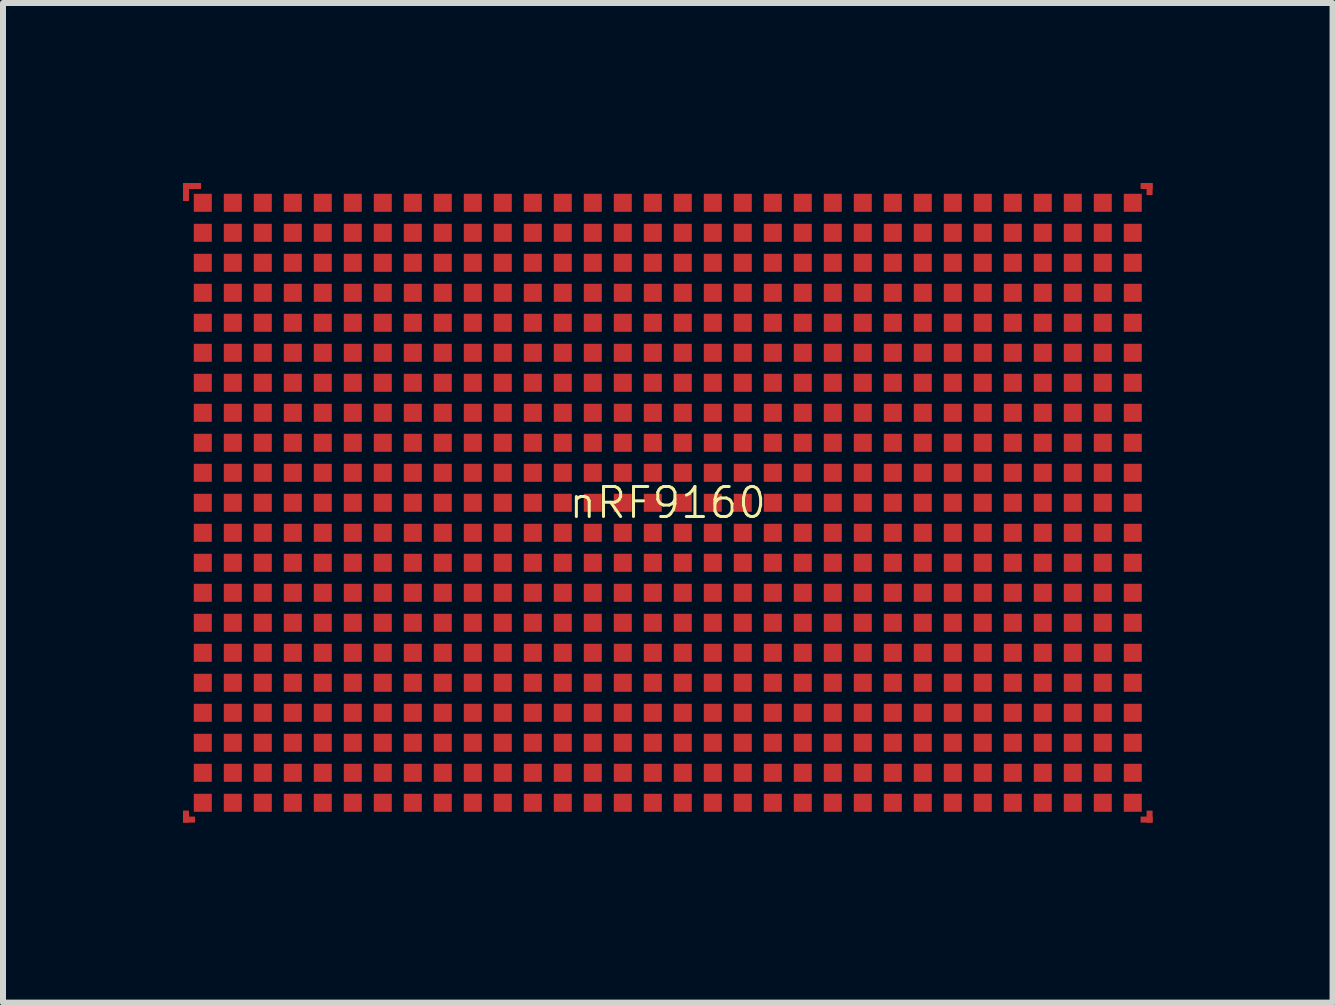
<source format=kicad_pcb>
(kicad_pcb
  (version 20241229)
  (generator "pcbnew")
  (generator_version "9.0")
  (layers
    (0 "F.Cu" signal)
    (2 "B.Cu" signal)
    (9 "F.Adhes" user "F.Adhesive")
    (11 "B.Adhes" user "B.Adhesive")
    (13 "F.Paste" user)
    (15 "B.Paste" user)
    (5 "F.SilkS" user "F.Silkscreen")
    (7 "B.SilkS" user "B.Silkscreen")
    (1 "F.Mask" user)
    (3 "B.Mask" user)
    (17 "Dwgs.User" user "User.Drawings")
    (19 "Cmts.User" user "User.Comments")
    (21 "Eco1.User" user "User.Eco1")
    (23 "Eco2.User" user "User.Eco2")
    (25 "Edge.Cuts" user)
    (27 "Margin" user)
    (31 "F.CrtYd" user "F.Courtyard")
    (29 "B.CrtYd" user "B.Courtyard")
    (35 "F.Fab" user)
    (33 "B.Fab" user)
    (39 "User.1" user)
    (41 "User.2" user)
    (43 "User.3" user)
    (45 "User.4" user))
  (footprint "nRF9160"
    (layer "F.Cu")
    (at 8.08 5.33)
    (property "Reference" "nRF9160" (at 0 0 0) (layer "F.SilkS") (effects (font (size 0.5 0.5) (thickness 0.05))))
    (attr through_hole)
    (pad "1" smd rect (at -7.75 -5) (size 0.3 0.3) (layers "F.Cu" "F.Mask" "F.Paste"))
    (pad "2" smd rect (at -7.75 -4.5) (size 0.3 0.3) (layers "F.Cu" "F.Mask" "F.Paste"))
    (pad "3" smd rect (at -7.75 -4) (size 0.3 0.3) (layers "F.Cu" "F.Mask" "F.Paste"))
    (pad "4" smd rect (at -7.75 -3.5) (size 0.3 0.3) (layers "F.Cu" "F.Mask" "F.Paste"))
    (pad "5" smd rect (at -7.75 -3) (size 0.3 0.3) (layers "F.Cu" "F.Mask" "F.Paste"))
    (pad "6" smd rect (at -7.75 -2.5) (size 0.3 0.3) (layers "F.Cu" "F.Mask" "F.Paste"))
    (pad "7" smd rect (at -7.75 -2) (size 0.3 0.3) (layers "F.Cu" "F.Mask" "F.Paste"))
    (pad "8" smd rect (at -7.75 -1.5) (size 0.3 0.3) (layers "F.Cu" "F.Mask" "F.Paste"))
    (pad "9" smd rect (at -7.75 -1) (size 0.3 0.3) (layers "F.Cu" "F.Mask" "F.Paste"))
    (pad "10" smd rect (at -7.75 -0.5) (size 0.3 0.3) (layers "F.Cu" "F.Mask" "F.Paste"))
    (pad "11" smd rect (at -7.75 0) (size 0.3 0.3) (layers "F.Cu" "F.Mask" "F.Paste"))
    (pad "12" smd rect (at -7.75 0.5) (size 0.3 0.3) (layers "F.Cu" "F.Mask" "F.Paste"))
    (pad "13" smd rect (at -7.75 1) (size 0.3 0.3) (layers "F.Cu" "F.Mask" "F.Paste"))
    (pad "14" smd rect (at -7.75 1.5) (size 0.3 0.3) (layers "F.Cu" "F.Mask" "F.Paste"))
    (pad "15" smd rect (at -7.75 2) (size 0.3 0.3) (layers "F.Cu" "F.Mask" "F.Paste"))
    (pad "16" smd rect (at -7.75 2.5) (size 0.3 0.3) (layers "F.Cu" "F.Mask" "F.Paste"))
    (pad "17" smd rect (at -7.75 3) (size 0.3 0.3) (layers "F.Cu" "F.Mask" "F.Paste"))
    (pad "18" smd rect (at -7.75 3.5) (size 0.3 0.3) (layers "F.Cu" "F.Mask" "F.Paste"))
    (pad "19" smd rect (at -7.75 4) (size 0.3 0.3) (layers "F.Cu" "F.Mask" "F.Paste"))
    (pad "20" smd rect (at -7.75 4.5) (size 0.3 0.3) (layers "F.Cu" "F.Mask" "F.Paste"))
    (pad "21" smd rect (at -7.75 5) (size 0.3 0.3) (layers "F.Cu" "F.Mask" "F.Paste"))
    (pad "22" smd rect (at -7.25 5) (size 0.3 0.3) (layers "F.Cu" "F.Mask" "F.Paste"))
    (pad "23" smd rect (at -6.75 5) (size 0.3 0.3) (layers "F.Cu" "F.Mask" "F.Paste"))
    (pad "24" smd rect (at -6.25 5) (size 0.3 0.3) (layers "F.Cu" "F.Mask" "F.Paste"))
    (pad "25" smd rect (at -5.75 5) (size 0.3 0.3) (layers "F.Cu" "F.Mask" "F.Paste"))
    (pad "26" smd rect (at -5.25 5) (size 0.3 0.3) (layers "F.Cu" "F.Mask" "F.Paste"))
    (pad "27" smd rect (at -4.75 5) (size 0.3 0.3) (layers "F.Cu" "F.Mask" "F.Paste"))
    (pad "28" smd rect (at -4.25 5) (size 0.3 0.3) (layers "F.Cu" "F.Mask" "F.Paste"))
    (pad "29" smd rect (at -3.75 5) (size 0.3 0.3) (layers "F.Cu" "F.Mask" "F.Paste"))
    (pad "30" smd rect (at -3.25 5) (size 0.3 0.3) (layers "F.Cu" "F.Mask" "F.Paste"))
    (pad "31" smd rect (at -2.75 5) (size 0.3 0.3) (layers "F.Cu" "F.Mask" "F.Paste"))
    (pad "32" smd rect (at -2.25 5) (size 0.3 0.3) (layers "F.Cu" "F.Mask" "F.Paste"))
    (pad "33" smd rect (at -1.75 5) (size 0.3 0.3) (layers "F.Cu" "F.Mask" "F.Paste"))
    (pad "34" smd rect (at -1.25 5) (size 0.3 0.3) (layers "F.Cu" "F.Mask" "F.Paste"))
    (pad "35" smd rect (at -0.75 5) (size 0.3 0.3) (layers "F.Cu" "F.Mask" "F.Paste"))
    (pad "36" smd rect (at -0.25 5) (size 0.3 0.3) (layers "F.Cu" "F.Mask" "F.Paste"))
    (pad "37" smd rect (at 0.25 5) (size 0.3 0.3) (layers "F.Cu" "F.Mask" "F.Paste"))
    (pad "38" smd rect (at 0.75 5) (size 0.3 0.3) (layers "F.Cu" "F.Mask" "F.Paste"))
    (pad "39" smd rect (at 1.25 5) (size 0.3 0.3) (layers "F.Cu" "F.Mask" "F.Paste"))
    (pad "40" smd rect (at 1.75 5) (size 0.3 0.3) (layers "F.Cu" "F.Mask" "F.Paste"))
    (pad "41" smd rect (at 2.25 5) (size 0.3 0.3) (layers "F.Cu" "F.Mask" "F.Paste"))
    (pad "42" smd rect (at 2.75 5) (size 0.3 0.3) (layers "F.Cu" "F.Mask" "F.Paste"))
    (pad "43" smd rect (at 3.25 5) (size 0.3 0.3) (layers "F.Cu" "F.Mask" "F.Paste"))
    (pad "44" smd rect (at 3.75 5) (size 0.3 0.3) (layers "F.Cu" "F.Mask" "F.Paste"))
    (pad "45" smd rect (at 4.25 5) (size 0.3 0.3) (layers "F.Cu" "F.Mask" "F.Paste"))
    (pad "46" smd rect (at 4.75 5) (size 0.3 0.3) (layers "F.Cu" "F.Mask" "F.Paste"))
    (pad "47" smd rect (at 5.25 5) (size 0.3 0.3) (layers "F.Cu" "F.Mask" "F.Paste"))
    (pad "48" smd rect (at 5.75 5) (size 0.3 0.3) (layers "F.Cu" "F.Mask" "F.Paste"))
    (pad "49" smd rect (at 6.25 5) (size 0.3 0.3) (layers "F.Cu" "F.Mask" "F.Paste"))
    (pad "50" smd rect (at 6.75 5) (size 0.3 0.3) (layers "F.Cu" "F.Mask" "F.Paste"))
    (pad "51" smd rect (at 7.25 5) (size 0.3 0.3) (layers "F.Cu" "F.Mask" "F.Paste"))
    (pad "52" smd rect (at 7.75 5) (size 0.3 0.3) (layers "F.Cu" "F.Mask" "F.Paste"))
    (pad "53" smd rect (at 7.75 4.5) (size 0.3 0.3) (layers "F.Cu" "F.Mask" "F.Paste"))
    (pad "54" smd rect (at 7.75 4) (size 0.3 0.3) (layers "F.Cu" "F.Mask" "F.Paste"))
    (pad "55" smd rect (at 7.75 3.5) (size 0.3 0.3) (layers "F.Cu" "F.Mask" "F.Paste"))
    (pad "56" smd rect (at 7.75 3) (size 0.3 0.3) (layers "F.Cu" "F.Mask" "F.Paste"))
    (pad "57" smd rect (at 7.75 2.5) (size 0.3 0.3) (layers "F.Cu" "F.Mask" "F.Paste"))
    (pad "58" smd rect (at 7.75 2) (size 0.3 0.3) (layers "F.Cu" "F.Mask" "F.Paste"))
    (pad "59" smd rect (at 7.75 1.5) (size 0.3 0.3) (layers "F.Cu" "F.Mask" "F.Paste"))
    (pad "60" smd rect (at 7.75 1) (size 0.3 0.3) (layers "F.Cu" "F.Mask" "F.Paste"))
    (pad "61" smd rect (at 7.75 0.5) (size 0.3 0.3) (layers "F.Cu" "F.Mask" "F.Paste"))
    (pad "62" smd rect (at 7.75 0) (size 0.3 0.3) (layers "F.Cu" "F.Mask" "F.Paste"))
    (pad "63" smd rect (at 7.75 -0.5) (size 0.3 0.3) (layers "F.Cu" "F.Mask" "F.Paste"))
    (pad "64" smd rect (at 7.75 -1) (size 0.3 0.3) (layers "F.Cu" "F.Mask" "F.Paste"))
    (pad "65" smd rect (at 7.75 -1.5) (size 0.3 0.3) (layers "F.Cu" "F.Mask" "F.Paste"))
    (pad "66" smd rect (at 7.75 -2) (size 0.3 0.3) (layers "F.Cu" "F.Mask" "F.Paste"))
    (pad "67" smd rect (at 7.75 -2.5) (size 0.3 0.3) (layers "F.Cu" "F.Mask" "F.Paste"))
    (pad "68" smd rect (at 7.75 -3) (size 0.3 0.3) (layers "F.Cu" "F.Mask" "F.Paste"))
    (pad "69" smd rect (at 7.75 -3.5) (size 0.3 0.3) (layers "F.Cu" "F.Mask" "F.Paste"))
    (pad "70" smd rect (at 7.75 -4) (size 0.3 0.3) (layers "F.Cu" "F.Mask" "F.Paste"))
    (pad "71" smd rect (at 7.75 -4.5) (size 0.3 0.3) (layers "F.Cu" "F.Mask" "F.Paste"))
    (pad "72" smd rect (at 7.75 -5) (size 0.3 0.3) (layers "F.Cu" "F.Mask" "F.Paste"))
    (pad "73" smd rect (at 7.25 -5) (size 0.3 0.3) (layers "F.Cu" "F.Mask" "F.Paste"))
    (pad "74" smd rect (at 6.75 -5) (size 0.3 0.3) (layers "F.Cu" "F.Mask" "F.Paste"))
    (pad "75" smd rect (at 6.25 -5) (size 0.3 0.3) (layers "F.Cu" "F.Mask" "F.Paste"))
    (pad "76" smd rect (at 5.75 -5) (size 0.3 0.3) (layers "F.Cu" "F.Mask" "F.Paste"))
    (pad "77" smd rect (at 5.25 -5) (size 0.3 0.3) (layers "F.Cu" "F.Mask" "F.Paste"))
    (pad "78" smd rect (at 4.75 -5) (size 0.3 0.3) (layers "F.Cu" "F.Mask" "F.Paste"))
    (pad "79" smd rect (at 4.25 -5) (size 0.3 0.3) (layers "F.Cu" "F.Mask" "F.Paste"))
    (pad "80" smd rect (at 3.75 -5) (size 0.3 0.3) (layers "F.Cu" "F.Mask" "F.Paste"))
    (pad "81" smd rect (at 3.25 -5) (size 0.3 0.3) (layers "F.Cu" "F.Mask" "F.Paste"))
    (pad "82" smd rect (at 2.75 -5) (size 0.3 0.3) (layers "F.Cu" "F.Mask" "F.Paste"))
    (pad "83" smd rect (at 2.25 -5) (size 0.3 0.3) (layers "F.Cu" "F.Mask" "F.Paste"))
    (pad "84" smd rect (at 1.75 -5) (size 0.3 0.3) (layers "F.Cu" "F.Mask" "F.Paste"))
    (pad "85" smd rect (at 1.25 -5) (size 0.3 0.3) (layers "F.Cu" "F.Mask" "F.Paste"))
    (pad "86" smd rect (at 0.75 -5) (size 0.3 0.3) (layers "F.Cu" "F.Mask" "F.Paste"))
    (pad "87" smd rect (at 0.25 -5) (size 0.3 0.3) (layers "F.Cu" "F.Mask" "F.Paste"))
    (pad "88" smd rect (at -0.25 -5) (size 0.3 0.3) (layers "F.Cu" "F.Mask" "F.Paste"))
    (pad "89" smd rect (at -0.75 -5) (size 0.3 0.3) (layers "F.Cu" "F.Mask" "F.Paste"))
    (pad "90" smd rect (at -1.25 -5) (size 0.3 0.3) (layers "F.Cu" "F.Mask" "F.Paste"))
    (pad "91" smd rect (at -1.75 -5) (size 0.3 0.3) (layers "F.Cu" "F.Mask" "F.Paste"))
    (pad "92" smd rect (at -2.25 -5) (size 0.3 0.3) (layers "F.Cu" "F.Mask" "F.Paste"))
    (pad "93" smd rect (at -2.75 -5) (size 0.3 0.3) (layers "F.Cu" "F.Mask" "F.Paste"))
    (pad "94" smd rect (at -3.25 -5) (size 0.3 0.3) (layers "F.Cu" "F.Mask" "F.Paste"))
    (pad "95" smd rect (at -3.75 -5) (size 0.3 0.3) (layers "F.Cu" "F.Mask" "F.Paste"))
    (pad "96" smd rect (at -4.25 -5) (size 0.3 0.3) (layers "F.Cu" "F.Mask" "F.Paste"))
    (pad "97" smd rect (at -4.75 -5) (size 0.3 0.3) (layers "F.Cu" "F.Mask" "F.Paste"))
    (pad "98" smd rect (at -5.25 -5) (size 0.3 0.3) (layers "F.Cu" "F.Mask" "F.Paste"))
    (pad "99" smd rect (at -5.75 -5) (size 0.3 0.3) (layers "F.Cu" "F.Mask" "F.Paste"))
    (pad "100" smd rect (at -6.25 -5) (size 0.3 0.3) (layers "F.Cu" "F.Mask" "F.Paste"))
    (pad "101" smd rect (at -6.75 -5) (size 0.3 0.3) (layers "F.Cu" "F.Mask" "F.Paste"))
    (pad "102" smd rect (at -7.25 -5) (size 0.3 0.3) (layers "F.Cu" "F.Mask" "F.Paste"))
    (pad "103" smd rect (at -7.25 -4.5) (size 0.3 0.3) (layers "F.Cu" "F.Mask" "F.Paste"))
    (pad "103" smd rect (at -7.25 -4) (size 0.3 0.3) (layers "F.Cu" "F.Mask" "F.Paste"))
    (pad "103" smd rect (at -7.25 -3.5) (size 0.3 0.3) (layers "F.Cu" "F.Mask" "F.Paste"))
    (pad "103" smd rect (at -7.25 -3) (size 0.3 0.3) (layers "F.Cu" "F.Mask" "F.Paste"))
    (pad "103" smd rect (at -7.25 -2.5) (size 0.3 0.3) (layers "F.Cu" "F.Mask" "F.Paste"))
    (pad "103" smd rect (at -7.25 -2) (size 0.3 0.3) (layers "F.Cu" "F.Mask" "F.Paste"))
    (pad "103" smd rect (at -7.25 -1.5) (size 0.3 0.3) (layers "F.Cu" "F.Mask" "F.Paste"))
    (pad "103" smd rect (at -7.25 -1) (size 0.3 0.3) (layers "F.Cu" "F.Mask" "F.Paste"))
    (pad "103" smd rect (at -7.25 -0.5) (size 0.3 0.3) (layers "F.Cu" "F.Mask" "F.Paste"))
    (pad "103" smd rect (at -7.25 0) (size 0.3 0.3) (layers "F.Cu" "F.Mask" "F.Paste"))
    (pad "103" smd rect (at -7.25 0.5) (size 0.3 0.3) (layers "F.Cu" "F.Mask" "F.Paste"))
    (pad "103" smd rect (at -7.25 1) (size 0.3 0.3) (layers "F.Cu" "F.Mask" "F.Paste"))
    (pad "103" smd rect (at -7.25 1.5) (size 0.3 0.3) (layers "F.Cu" "F.Mask" "F.Paste"))
    (pad "103" smd rect (at -7.25 2) (size 0.3 0.3) (layers "F.Cu" "F.Mask" "F.Paste"))
    (pad "103" smd rect (at -7.25 2.5) (size 0.3 0.3) (layers "F.Cu" "F.Mask" "F.Paste"))
    (pad "103" smd rect (at -7.25 3) (size 0.3 0.3) (layers "F.Cu" "F.Mask" "F.Paste"))
    (pad "103" smd rect (at -7.25 3.5) (size 0.3 0.3) (layers "F.Cu" "F.Mask" "F.Paste"))
    (pad "103" smd rect (at -7.25 4) (size 0.3 0.3) (layers "F.Cu" "F.Mask" "F.Paste"))
    (pad "103" smd rect (at -7.25 4.5) (size 0.3 0.3) (layers "F.Cu" "F.Mask" "F.Paste"))
    (pad "103" smd rect (at -6.75 -4.5) (size 0.3 0.3) (layers "F.Cu" "F.Mask" "F.Paste"))
    (pad "103" smd rect (at -6.75 -4) (size 0.3 0.3) (layers "F.Cu" "F.Mask" "F.Paste"))
    (pad "103" smd rect (at -6.75 -3.5) (size 0.3 0.3) (layers "F.Cu" "F.Mask" "F.Paste"))
    (pad "103" smd rect (at -6.75 -3) (size 0.3 0.3) (layers "F.Cu" "F.Mask" "F.Paste"))
    (pad "103" smd rect (at -6.75 -2.5) (size 0.3 0.3) (layers "F.Cu" "F.Mask" "F.Paste"))
    (pad "103" smd rect (at -6.75 -2) (size 0.3 0.3) (layers "F.Cu" "F.Mask" "F.Paste"))
    (pad "103" smd rect (at -6.75 -1.5) (size 0.3 0.3) (layers "F.Cu" "F.Mask" "F.Paste"))
    (pad "103" smd rect (at -6.75 -1) (size 0.3 0.3) (layers "F.Cu" "F.Mask" "F.Paste"))
    (pad "103" smd rect (at -6.75 -0.5) (size 0.3 0.3) (layers "F.Cu" "F.Mask" "F.Paste"))
    (pad "103" smd rect (at -6.75 0) (size 0.3 0.3) (layers "F.Cu" "F.Mask" "F.Paste"))
    (pad "103" smd rect (at -6.75 0.5) (size 0.3 0.3) (layers "F.Cu" "F.Mask" "F.Paste"))
    (pad "103" smd rect (at -6.75 1) (size 0.3 0.3) (layers "F.Cu" "F.Mask" "F.Paste"))
    (pad "103" smd rect (at -6.75 1.5) (size 0.3 0.3) (layers "F.Cu" "F.Mask" "F.Paste"))
    (pad "103" smd rect (at -6.75 2) (size 0.3 0.3) (layers "F.Cu" "F.Mask" "F.Paste"))
    (pad "103" smd rect (at -6.75 2.5) (size 0.3 0.3) (layers "F.Cu" "F.Mask" "F.Paste"))
    (pad "103" smd rect (at -6.75 3) (size 0.3 0.3) (layers "F.Cu" "F.Mask" "F.Paste"))
    (pad "103" smd rect (at -6.75 3.5) (size 0.3 0.3) (layers "F.Cu" "F.Mask" "F.Paste"))
    (pad "103" smd rect (at -6.75 4) (size 0.3 0.3) (layers "F.Cu" "F.Mask" "F.Paste"))
    (pad "103" smd rect (at -6.75 4.5) (size 0.3 0.3) (layers "F.Cu" "F.Mask" "F.Paste"))
    (pad "103" smd rect (at -6.25 -4.5) (size 0.3 0.3) (layers "F.Cu" "F.Mask" "F.Paste"))
    (pad "103" smd rect (at -6.25 -4) (size 0.3 0.3) (layers "F.Cu" "F.Mask" "F.Paste"))
    (pad "103" smd rect (at -6.25 -3.5) (size 0.3 0.3) (layers "F.Cu" "F.Mask" "F.Paste"))
    (pad "103" smd rect (at -6.25 -3) (size 0.3 0.3) (layers "F.Cu" "F.Mask" "F.Paste"))
    (pad "103" smd rect (at -6.25 -2.5) (size 0.3 0.3) (layers "F.Cu" "F.Mask" "F.Paste"))
    (pad "103" smd rect (at -6.25 -2) (size 0.3 0.3) (layers "F.Cu" "F.Mask" "F.Paste"))
    (pad "103" smd rect (at -6.25 -1.5) (size 0.3 0.3) (layers "F.Cu" "F.Mask" "F.Paste"))
    (pad "103" smd rect (at -6.25 -1) (size 0.3 0.3) (layers "F.Cu" "F.Mask" "F.Paste"))
    (pad "103" smd rect (at -6.25 -0.5) (size 0.3 0.3) (layers "F.Cu" "F.Mask" "F.Paste"))
    (pad "103" smd rect (at -6.25 0) (size 0.3 0.3) (layers "F.Cu" "F.Mask" "F.Paste"))
    (pad "103" smd rect (at -6.25 0.5) (size 0.3 0.3) (layers "F.Cu" "F.Mask" "F.Paste"))
    (pad "103" smd rect (at -6.25 1) (size 0.3 0.3) (layers "F.Cu" "F.Mask" "F.Paste"))
    (pad "103" smd rect (at -6.25 1.5) (size 0.3 0.3) (layers "F.Cu" "F.Mask" "F.Paste"))
    (pad "103" smd rect (at -6.25 2) (size 0.3 0.3) (layers "F.Cu" "F.Mask" "F.Paste"))
    (pad "103" smd rect (at -6.25 2.5) (size 0.3 0.3) (layers "F.Cu" "F.Mask" "F.Paste"))
    (pad "103" smd rect (at -6.25 3) (size 0.3 0.3) (layers "F.Cu" "F.Mask" "F.Paste"))
    (pad "103" smd rect (at -6.25 3.5) (size 0.3 0.3) (layers "F.Cu" "F.Mask" "F.Paste"))
    (pad "103" smd rect (at -6.25 4) (size 0.3 0.3) (layers "F.Cu" "F.Mask" "F.Paste"))
    (pad "103" smd rect (at -6.25 4.5) (size 0.3 0.3) (layers "F.Cu" "F.Mask" "F.Paste"))
    (pad "103" smd rect (at -5.75 -4) (size 0.3 0.3) (layers "F.Cu" "F.Mask" "F.Paste"))
    (pad "103" smd rect (at -5.75 -3.5) (size 0.3 0.3) (layers "F.Cu" "F.Mask" "F.Paste"))
    (pad "103" smd rect (at -5.75 -3) (size 0.3 0.3) (layers "F.Cu" "F.Mask" "F.Paste"))
    (pad "103" smd rect (at -5.75 -2.5) (size 0.3 0.3) (layers "F.Cu" "F.Mask" "F.Paste"))
    (pad "103" smd rect (at -5.75 -2) (size 0.3 0.3) (layers "F.Cu" "F.Mask" "F.Paste"))
    (pad "103" smd rect (at -5.75 -1.5) (size 0.3 0.3) (layers "F.Cu" "F.Mask" "F.Paste"))
    (pad "103" smd rect (at -5.75 -1) (size 0.3 0.3) (layers "F.Cu" "F.Mask" "F.Paste"))
    (pad "103" smd rect (at -5.75 -0.5) (size 0.3 0.3) (layers "F.Cu" "F.Mask" "F.Paste"))
    (pad "103" smd rect (at -5.75 0) (size 0.3 0.3) (layers "F.Cu" "F.Mask" "F.Paste"))
    (pad "103" smd rect (at -5.75 0.5) (size 0.3 0.3) (layers "F.Cu" "F.Mask" "F.Paste"))
    (pad "103" smd rect (at -5.75 1) (size 0.3 0.3) (layers "F.Cu" "F.Mask" "F.Paste"))
    (pad "103" smd rect (at -5.75 1.5) (size 0.3 0.3) (layers "F.Cu" "F.Mask" "F.Paste"))
    (pad "103" smd rect (at -5.75 2) (size 0.3 0.3) (layers "F.Cu" "F.Mask" "F.Paste"))
    (pad "103" smd rect (at -5.75 2.5) (size 0.3 0.3) (layers "F.Cu" "F.Mask" "F.Paste"))
    (pad "103" smd rect (at -5.75 3) (size 0.3 0.3) (layers "F.Cu" "F.Mask" "F.Paste"))
    (pad "103" smd rect (at -5.75 3.5) (size 0.3 0.3) (layers "F.Cu" "F.Mask" "F.Paste"))
    (pad "103" smd rect (at -5.75 4) (size 0.3 0.3) (layers "F.Cu" "F.Mask" "F.Paste"))
    (pad "103" smd rect (at -5.25 -4) (size 0.3 0.3) (layers "F.Cu" "F.Mask" "F.Paste"))
    (pad "103" smd rect (at -5.25 -3.5) (size 0.3 0.3) (layers "F.Cu" "F.Mask" "F.Paste"))
    (pad "103" smd rect (at -5.25 -3) (size 0.3 0.3) (layers "F.Cu" "F.Mask" "F.Paste"))
    (pad "103" smd rect (at -5.25 -2.5) (size 0.3 0.3) (layers "F.Cu" "F.Mask" "F.Paste"))
    (pad "103" smd rect (at -5.25 -2) (size 0.3 0.3) (layers "F.Cu" "F.Mask" "F.Paste"))
    (pad "103" smd rect (at -5.25 -1.5) (size 0.3 0.3) (layers "F.Cu" "F.Mask" "F.Paste"))
    (pad "103" smd rect (at -5.25 -1) (size 0.3 0.3) (layers "F.Cu" "F.Mask" "F.Paste"))
    (pad "103" smd rect (at -5.25 -0.5) (size 0.3 0.3) (layers "F.Cu" "F.Mask" "F.Paste"))
    (pad "103" smd rect (at -5.25 0) (size 0.3 0.3) (layers "F.Cu" "F.Mask" "F.Paste"))
    (pad "103" smd rect (at -5.25 0.5) (size 0.3 0.3) (layers "F.Cu" "F.Mask" "F.Paste"))
    (pad "103" smd rect (at -5.25 1) (size 0.3 0.3) (layers "F.Cu" "F.Mask" "F.Paste"))
    (pad "103" smd rect (at -5.25 1.5) (size 0.3 0.3) (layers "F.Cu" "F.Mask" "F.Paste"))
    (pad "103" smd rect (at -5.25 2) (size 0.3 0.3) (layers "F.Cu" "F.Mask" "F.Paste"))
    (pad "103" smd rect (at -5.25 2.5) (size 0.3 0.3) (layers "F.Cu" "F.Mask" "F.Paste"))
    (pad "103" smd rect (at -5.25 3) (size 0.3 0.3) (layers "F.Cu" "F.Mask" "F.Paste"))
    (pad "103" smd rect (at -5.25 3.5) (size 0.3 0.3) (layers "F.Cu" "F.Mask" "F.Paste"))
    (pad "103" smd rect (at -5.25 4) (size 0.3 0.3) (layers "F.Cu" "F.Mask" "F.Paste"))
    (pad "103" smd rect (at -4.75 -4) (size 0.3 0.3) (layers "F.Cu" "F.Mask" "F.Paste"))
    (pad "103" smd rect (at -4.75 -3.5) (size 0.3 0.3) (layers "F.Cu" "F.Mask" "F.Paste"))
    (pad "103" smd rect (at -4.75 -3) (size 0.3 0.3) (layers "F.Cu" "F.Mask" "F.Paste"))
    (pad "103" smd rect (at -4.75 -2.5) (size 0.3 0.3) (layers "F.Cu" "F.Mask" "F.Paste"))
    (pad "103" smd rect (at -4.75 -2) (size 0.3 0.3) (layers "F.Cu" "F.Mask" "F.Paste"))
    (pad "103" smd rect (at -4.75 -1.5) (size 0.3 0.3) (layers "F.Cu" "F.Mask" "F.Paste"))
    (pad "103" smd rect (at -4.75 -1) (size 0.3 0.3) (layers "F.Cu" "F.Mask" "F.Paste"))
    (pad "103" smd rect (at -4.75 -0.5) (size 0.3 0.3) (layers "F.Cu" "F.Mask" "F.Paste"))
    (pad "103" smd rect (at -4.75 0) (size 0.3 0.3) (layers "F.Cu" "F.Mask" "F.Paste"))
    (pad "103" smd rect (at -4.75 0.5) (size 0.3 0.3) (layers "F.Cu" "F.Mask" "F.Paste"))
    (pad "103" smd rect (at -4.75 1) (size 0.3 0.3) (layers "F.Cu" "F.Mask" "F.Paste"))
    (pad "103" smd rect (at -4.75 1.5) (size 0.3 0.3) (layers "F.Cu" "F.Mask" "F.Paste"))
    (pad "103" smd rect (at -4.75 2) (size 0.3 0.3) (layers "F.Cu" "F.Mask" "F.Paste"))
    (pad "103" smd rect (at -4.75 2.5) (size 0.3 0.3) (layers "F.Cu" "F.Mask" "F.Paste"))
    (pad "103" smd rect (at -4.75 3) (size 0.3 0.3) (layers "F.Cu" "F.Mask" "F.Paste"))
    (pad "103" smd rect (at -4.75 3.5) (size 0.3 0.3) (layers "F.Cu" "F.Mask" "F.Paste"))
    (pad "103" smd rect (at -4.75 4) (size 0.3 0.3) (layers "F.Cu" "F.Mask" "F.Paste"))
    (pad "103" smd rect (at -4.25 -4) (size 0.3 0.3) (layers "F.Cu" "F.Mask" "F.Paste"))
    (pad "103" smd rect (at -4.25 -3.5) (size 0.3 0.3) (layers "F.Cu" "F.Mask" "F.Paste"))
    (pad "103" smd rect (at -4.25 -3) (size 0.3 0.3) (layers "F.Cu" "F.Mask" "F.Paste"))
    (pad "103" smd rect (at -4.25 -2.5) (size 0.3 0.3) (layers "F.Cu" "F.Mask" "F.Paste"))
    (pad "103" smd rect (at -4.25 -2) (size 0.3 0.3) (layers "F.Cu" "F.Mask" "F.Paste"))
    (pad "103" smd rect (at -4.25 -1.5) (size 0.3 0.3) (layers "F.Cu" "F.Mask" "F.Paste"))
    (pad "103" smd rect (at -4.25 -1) (size 0.3 0.3) (layers "F.Cu" "F.Mask" "F.Paste"))
    (pad "103" smd rect (at -4.25 -0.5) (size 0.3 0.3) (layers "F.Cu" "F.Mask" "F.Paste"))
    (pad "103" smd rect (at -4.25 0) (size 0.3 0.3) (layers "F.Cu" "F.Mask" "F.Paste"))
    (pad "103" smd rect (at -4.25 0.5) (size 0.3 0.3) (layers "F.Cu" "F.Mask" "F.Paste"))
    (pad "103" smd rect (at -4.25 1) (size 0.3 0.3) (layers "F.Cu" "F.Mask" "F.Paste"))
    (pad "103" smd rect (at -4.25 1.5) (size 0.3 0.3) (layers "F.Cu" "F.Mask" "F.Paste"))
    (pad "103" smd rect (at -4.25 2) (size 0.3 0.3) (layers "F.Cu" "F.Mask" "F.Paste"))
    (pad "103" smd rect (at -4.25 2.5) (size 0.3 0.3) (layers "F.Cu" "F.Mask" "F.Paste"))
    (pad "103" smd rect (at -4.25 3) (size 0.3 0.3) (layers "F.Cu" "F.Mask" "F.Paste"))
    (pad "103" smd rect (at -4.25 3.5) (size 0.3 0.3) (layers "F.Cu" "F.Mask" "F.Paste"))
    (pad "103" smd rect (at -4.25 4) (size 0.3 0.3) (layers "F.Cu" "F.Mask" "F.Paste"))
    (pad "103" smd rect (at -3.75 -4.5) (size 0.3 0.3) (layers "F.Cu" "F.Mask" "F.Paste"))
    (pad "103" smd rect (at -3.75 -4) (size 0.3 0.3) (layers "F.Cu" "F.Mask" "F.Paste"))
    (pad "103" smd rect (at -3.75 -3.5) (size 0.3 0.3) (layers "F.Cu" "F.Mask" "F.Paste"))
    (pad "103" smd rect (at -3.75 -3) (size 0.3 0.3) (layers "F.Cu" "F.Mask" "F.Paste"))
    (pad "103" smd rect (at -3.75 -2.5) (size 0.3 0.3) (layers "F.Cu" "F.Mask" "F.Paste"))
    (pad "103" smd rect (at -3.75 -2) (size 0.3 0.3) (layers "F.Cu" "F.Mask" "F.Paste"))
    (pad "103" smd rect (at -3.75 -1.5) (size 0.3 0.3) (layers "F.Cu" "F.Mask" "F.Paste"))
    (pad "103" smd rect (at -3.75 -1) (size 0.3 0.3) (layers "F.Cu" "F.Mask" "F.Paste"))
    (pad "103" smd rect (at -3.75 -0.5) (size 0.3 0.3) (layers "F.Cu" "F.Mask" "F.Paste"))
    (pad "103" smd rect (at -3.75 0) (size 0.3 0.3) (layers "F.Cu" "F.Mask" "F.Paste"))
    (pad "103" smd rect (at -3.75 0.5) (size 0.3 0.3) (layers "F.Cu" "F.Mask" "F.Paste"))
    (pad "103" smd rect (at -3.75 1) (size 0.3 0.3) (layers "F.Cu" "F.Mask" "F.Paste"))
    (pad "103" smd rect (at -3.75 1.5) (size 0.3 0.3) (layers "F.Cu" "F.Mask" "F.Paste"))
    (pad "103" smd rect (at -3.75 2) (size 0.3 0.3) (layers "F.Cu" "F.Mask" "F.Paste"))
    (pad "103" smd rect (at -3.75 2.5) (size 0.3 0.3) (layers "F.Cu" "F.Mask" "F.Paste"))
    (pad "103" smd rect (at -3.75 3) (size 0.3 0.3) (layers "F.Cu" "F.Mask" "F.Paste"))
    (pad "103" smd rect (at -3.75 3.5) (size 0.3 0.3) (layers "F.Cu" "F.Mask" "F.Paste"))
    (pad "103" smd rect (at -3.75 4) (size 0.3 0.3) (layers "F.Cu" "F.Mask" "F.Paste"))
    (pad "103" smd rect (at -3.75 4.5) (size 0.3 0.3) (layers "F.Cu" "F.Mask" "F.Paste"))
    (pad "103" smd rect (at -3.25 -4.5) (size 0.3 0.3) (layers "F.Cu" "F.Mask" "F.Paste"))
    (pad "103" smd rect (at -3.25 -4) (size 0.3 0.3) (layers "F.Cu" "F.Mask" "F.Paste"))
    (pad "103" smd rect (at -3.25 -3.5) (size 0.3 0.3) (layers "F.Cu" "F.Mask" "F.Paste"))
    (pad "103" smd rect (at -3.25 -3) (size 0.3 0.3) (layers "F.Cu" "F.Mask" "F.Paste"))
    (pad "103" smd rect (at -3.25 -2.5) (size 0.3 0.3) (layers "F.Cu" "F.Mask" "F.Paste"))
    (pad "103" smd rect (at -3.25 -2) (size 0.3 0.3) (layers "F.Cu" "F.Mask" "F.Paste"))
    (pad "103" smd rect (at -3.25 -1.5) (size 0.3 0.3) (layers "F.Cu" "F.Mask" "F.Paste"))
    (pad "103" smd rect (at -3.25 -1) (size 0.3 0.3) (layers "F.Cu" "F.Mask" "F.Paste"))
    (pad "103" smd rect (at -3.25 -0.5) (size 0.3 0.3) (layers "F.Cu" "F.Mask" "F.Paste"))
    (pad "103" smd rect (at -3.25 0) (size 0.3 0.3) (layers "F.Cu" "F.Mask" "F.Paste"))
    (pad "103" smd rect (at -3.25 0.5) (size 0.3 0.3) (layers "F.Cu" "F.Mask" "F.Paste"))
    (pad "103" smd rect (at -3.25 1) (size 0.3 0.3) (layers "F.Cu" "F.Mask" "F.Paste"))
    (pad "103" smd rect (at -3.25 1.5) (size 0.3 0.3) (layers "F.Cu" "F.Mask" "F.Paste"))
    (pad "103" smd rect (at -3.25 2) (size 0.3 0.3) (layers "F.Cu" "F.Mask" "F.Paste"))
    (pad "103" smd rect (at -3.25 2.5) (size 0.3 0.3) (layers "F.Cu" "F.Mask" "F.Paste"))
    (pad "103" smd rect (at -3.25 3) (size 0.3 0.3) (layers "F.Cu" "F.Mask" "F.Paste"))
    (pad "103" smd rect (at -3.25 3.5) (size 0.3 0.3) (layers "F.Cu" "F.Mask" "F.Paste"))
    (pad "103" smd rect (at -3.25 4) (size 0.3 0.3) (layers "F.Cu" "F.Mask" "F.Paste"))
    (pad "103" smd rect (at -3.25 4.5) (size 0.3 0.3) (layers "F.Cu" "F.Mask" "F.Paste"))
    (pad "103" smd rect (at -2.75 -4.5) (size 0.3 0.3) (layers "F.Cu" "F.Mask" "F.Paste"))
    (pad "103" smd rect (at -2.75 -4) (size 0.3 0.3) (layers "F.Cu" "F.Mask" "F.Paste"))
    (pad "103" smd rect (at -2.75 -3.5) (size 0.3 0.3) (layers "F.Cu" "F.Mask" "F.Paste"))
    (pad "103" smd rect (at -2.75 -3) (size 0.3 0.3) (layers "F.Cu" "F.Mask" "F.Paste"))
    (pad "103" smd rect (at -2.75 -2.5) (size 0.3 0.3) (layers "F.Cu" "F.Mask" "F.Paste"))
    (pad "103" smd rect (at -2.75 -2) (size 0.3 0.3) (layers "F.Cu" "F.Mask" "F.Paste"))
    (pad "103" smd rect (at -2.75 -1.5) (size 0.3 0.3) (layers "F.Cu" "F.Mask" "F.Paste"))
    (pad "103" smd rect (at -2.75 -1) (size 0.3 0.3) (layers "F.Cu" "F.Mask" "F.Paste"))
    (pad "103" smd rect (at -2.75 -0.5) (size 0.3 0.3) (layers "F.Cu" "F.Mask" "F.Paste"))
    (pad "103" smd rect (at -2.75 0) (size 0.3 0.3) (layers "F.Cu" "F.Mask" "F.Paste"))
    (pad "103" smd rect (at -2.75 0.5) (size 0.3 0.3) (layers "F.Cu" "F.Mask" "F.Paste"))
    (pad "103" smd rect (at -2.75 1) (size 0.3 0.3) (layers "F.Cu" "F.Mask" "F.Paste"))
    (pad "103" smd rect (at -2.75 1.5) (size 0.3 0.3) (layers "F.Cu" "F.Mask" "F.Paste"))
    (pad "103" smd rect (at -2.75 2) (size 0.3 0.3) (layers "F.Cu" "F.Mask" "F.Paste"))
    (pad "103" smd rect (at -2.75 2.5) (size 0.3 0.3) (layers "F.Cu" "F.Mask" "F.Paste"))
    (pad "103" smd rect (at -2.75 3) (size 0.3 0.3) (layers "F.Cu" "F.Mask" "F.Paste"))
    (pad "103" smd rect (at -2.75 3.5) (size 0.3 0.3) (layers "F.Cu" "F.Mask" "F.Paste"))
    (pad "103" smd rect (at -2.75 4) (size 0.3 0.3) (layers "F.Cu" "F.Mask" "F.Paste"))
    (pad "103" smd rect (at -2.75 4.5) (size 0.3 0.3) (layers "F.Cu" "F.Mask" "F.Paste"))
    (pad "103" smd rect (at -2.25 -4.5) (size 0.3 0.3) (layers "F.Cu" "F.Mask" "F.Paste"))
    (pad "103" smd rect (at -2.25 -4) (size 0.3 0.3) (layers "F.Cu" "F.Mask" "F.Paste"))
    (pad "103" smd rect (at -2.25 -3.5) (size 0.3 0.3) (layers "F.Cu" "F.Mask" "F.Paste"))
    (pad "103" smd rect (at -2.25 -3) (size 0.3 0.3) (layers "F.Cu" "F.Mask" "F.Paste"))
    (pad "103" smd rect (at -2.25 -2.5) (size 0.3 0.3) (layers "F.Cu" "F.Mask" "F.Paste"))
    (pad "103" smd rect (at -2.25 -2) (size 0.3 0.3) (layers "F.Cu" "F.Mask" "F.Paste"))
    (pad "103" smd rect (at -2.25 -1.5) (size 0.3 0.3) (layers "F.Cu" "F.Mask" "F.Paste"))
    (pad "103" smd rect (at -2.25 -1) (size 0.3 0.3) (layers "F.Cu" "F.Mask" "F.Paste"))
    (pad "103" smd rect (at -2.25 -0.5) (size 0.3 0.3) (layers "F.Cu" "F.Mask" "F.Paste"))
    (pad "103" smd rect (at -2.25 0) (size 0.3 0.3) (layers "F.Cu" "F.Mask" "F.Paste"))
    (pad "103" smd rect (at -2.25 0.5) (size 0.3 0.3) (layers "F.Cu" "F.Mask" "F.Paste"))
    (pad "103" smd rect (at -2.25 1) (size 0.3 0.3) (layers "F.Cu" "F.Mask" "F.Paste"))
    (pad "103" smd rect (at -2.25 1.5) (size 0.3 0.3) (layers "F.Cu" "F.Mask" "F.Paste"))
    (pad "103" smd rect (at -2.25 2) (size 0.3 0.3) (layers "F.Cu" "F.Mask" "F.Paste"))
    (pad "103" smd rect (at -2.25 2.5) (size 0.3 0.3) (layers "F.Cu" "F.Mask" "F.Paste"))
    (pad "103" smd rect (at -2.25 3) (size 0.3 0.3) (layers "F.Cu" "F.Mask" "F.Paste"))
    (pad "103" smd rect (at -2.25 3.5) (size 0.3 0.3) (layers "F.Cu" "F.Mask" "F.Paste"))
    (pad "103" smd rect (at -2.25 4) (size 0.3 0.3) (layers "F.Cu" "F.Mask" "F.Paste"))
    (pad "103" smd rect (at -2.25 4.5) (size 0.3 0.3) (layers "F.Cu" "F.Mask" "F.Paste"))
    (pad "103" smd rect (at -1.75 -4) (size 0.3 0.3) (layers "F.Cu" "F.Mask" "F.Paste"))
    (pad "103" smd rect (at -1.75 -3.5) (size 0.3 0.3) (layers "F.Cu" "F.Mask" "F.Paste"))
    (pad "103" smd rect (at -1.75 -3) (size 0.3 0.3) (layers "F.Cu" "F.Mask" "F.Paste"))
    (pad "103" smd rect (at -1.75 -2.5) (size 0.3 0.3) (layers "F.Cu" "F.Mask" "F.Paste"))
    (pad "103" smd rect (at -1.75 -2) (size 0.3 0.3) (layers "F.Cu" "F.Mask" "F.Paste"))
    (pad "103" smd rect (at -1.75 -1.5) (size 0.3 0.3) (layers "F.Cu" "F.Mask" "F.Paste"))
    (pad "103" smd rect (at -1.75 -1) (size 0.3 0.3) (layers "F.Cu" "F.Mask" "F.Paste"))
    (pad "103" smd rect (at -1.75 -0.5) (size 0.3 0.3) (layers "F.Cu" "F.Mask" "F.Paste"))
    (pad "103" smd rect (at -1.75 0) (size 0.3 0.3) (layers "F.Cu" "F.Mask" "F.Paste"))
    (pad "103" smd rect (at -1.75 0.5) (size 0.3 0.3) (layers "F.Cu" "F.Mask" "F.Paste"))
    (pad "103" smd rect (at -1.75 1) (size 0.3 0.3) (layers "F.Cu" "F.Mask" "F.Paste"))
    (pad "103" smd rect (at -1.75 1.5) (size 0.3 0.3) (layers "F.Cu" "F.Mask" "F.Paste"))
    (pad "103" smd rect (at -1.75 2) (size 0.3 0.3) (layers "F.Cu" "F.Mask" "F.Paste"))
    (pad "103" smd rect (at -1.75 2.5) (size 0.3 0.3) (layers "F.Cu" "F.Mask" "F.Paste"))
    (pad "103" smd rect (at -1.75 3) (size 0.3 0.3) (layers "F.Cu" "F.Mask" "F.Paste"))
    (pad "103" smd rect (at -1.75 3.5) (size 0.3 0.3) (layers "F.Cu" "F.Mask" "F.Paste"))
    (pad "103" smd rect (at -1.75 4) (size 0.3 0.3) (layers "F.Cu" "F.Mask" "F.Paste"))
    (pad "103" smd rect (at -1.25 -4) (size 0.3 0.3) (layers "F.Cu" "F.Mask" "F.Paste"))
    (pad "103" smd rect (at -1.25 -3.5) (size 0.3 0.3) (layers "F.Cu" "F.Mask" "F.Paste"))
    (pad "103" smd rect (at -1.25 -3) (size 0.3 0.3) (layers "F.Cu" "F.Mask" "F.Paste"))
    (pad "103" smd rect (at -1.25 -2.5) (size 0.3 0.3) (layers "F.Cu" "F.Mask" "F.Paste"))
    (pad "103" smd rect (at -1.25 -2) (size 0.3 0.3) (layers "F.Cu" "F.Mask" "F.Paste"))
    (pad "103" smd rect (at -1.25 -1.5) (size 0.3 0.3) (layers "F.Cu" "F.Mask" "F.Paste"))
    (pad "103" smd rect (at -1.25 -1) (size 0.3 0.3) (layers "F.Cu" "F.Mask" "F.Paste"))
    (pad "103" smd rect (at -1.25 -0.5) (size 0.3 0.3) (layers "F.Cu" "F.Mask" "F.Paste"))
    (pad "103" smd rect (at -1.25 0) (size 0.3 0.3) (layers "F.Cu" "F.Mask" "F.Paste"))
    (pad "103" smd rect (at -1.25 0.5) (size 0.3 0.3) (layers "F.Cu" "F.Mask" "F.Paste"))
    (pad "103" smd rect (at -1.25 1) (size 0.3 0.3) (layers "F.Cu" "F.Mask" "F.Paste"))
    (pad "103" smd rect (at -1.25 1.5) (size 0.3 0.3) (layers "F.Cu" "F.Mask" "F.Paste"))
    (pad "103" smd rect (at -1.25 2) (size 0.3 0.3) (layers "F.Cu" "F.Mask" "F.Paste"))
    (pad "103" smd rect (at -1.25 2.5) (size 0.3 0.3) (layers "F.Cu" "F.Mask" "F.Paste"))
    (pad "103" smd rect (at -1.25 3) (size 0.3 0.3) (layers "F.Cu" "F.Mask" "F.Paste"))
    (pad "103" smd rect (at -1.25 3.5) (size 0.3 0.3) (layers "F.Cu" "F.Mask" "F.Paste"))
    (pad "103" smd rect (at -1.25 4) (size 0.3 0.3) (layers "F.Cu" "F.Mask" "F.Paste"))
    (pad "103" smd rect (at -0.75 -4) (size 0.3 0.3) (layers "F.Cu" "F.Mask" "F.Paste"))
    (pad "103" smd rect (at -0.75 -3.5) (size 0.3 0.3) (layers "F.Cu" "F.Mask" "F.Paste"))
    (pad "103" smd rect (at -0.75 -3) (size 0.3 0.3) (layers "F.Cu" "F.Mask" "F.Paste"))
    (pad "103" smd rect (at -0.75 -2.5) (size 0.3 0.3) (layers "F.Cu" "F.Mask" "F.Paste"))
    (pad "103" smd rect (at -0.75 -2) (size 0.3 0.3) (layers "F.Cu" "F.Mask" "F.Paste"))
    (pad "103" smd rect (at -0.75 -1.5) (size 0.3 0.3) (layers "F.Cu" "F.Mask" "F.Paste"))
    (pad "103" smd rect (at -0.75 -1) (size 0.3 0.3) (layers "F.Cu" "F.Mask" "F.Paste"))
    (pad "103" smd rect (at -0.75 -0.5) (size 0.3 0.3) (layers "F.Cu" "F.Mask" "F.Paste"))
    (pad "103" smd rect (at -0.75 0) (size 0.3 0.3) (layers "F.Cu" "F.Mask" "F.Paste"))
    (pad "103" smd rect (at -0.75 0.5) (size 0.3 0.3) (layers "F.Cu" "F.Mask" "F.Paste"))
    (pad "103" smd rect (at -0.75 1) (size 0.3 0.3) (layers "F.Cu" "F.Mask" "F.Paste"))
    (pad "103" smd rect (at -0.75 1.5) (size 0.3 0.3) (layers "F.Cu" "F.Mask" "F.Paste"))
    (pad "103" smd rect (at -0.75 2) (size 0.3 0.3) (layers "F.Cu" "F.Mask" "F.Paste"))
    (pad "103" smd rect (at -0.75 2.5) (size 0.3 0.3) (layers "F.Cu" "F.Mask" "F.Paste"))
    (pad "103" smd rect (at -0.75 3) (size 0.3 0.3) (layers "F.Cu" "F.Mask" "F.Paste"))
    (pad "103" smd rect (at -0.75 3.5) (size 0.3 0.3) (layers "F.Cu" "F.Mask" "F.Paste"))
    (pad "103" smd rect (at -0.75 4) (size 0.3 0.3) (layers "F.Cu" "F.Mask" "F.Paste"))
    (pad "103" smd rect (at -0.25 -4) (size 0.3 0.3) (layers "F.Cu" "F.Mask" "F.Paste"))
    (pad "103" smd rect (at -0.25 -3.5) (size 0.3 0.3) (layers "F.Cu" "F.Mask" "F.Paste"))
    (pad "103" smd rect (at -0.25 -3) (size 0.3 0.3) (layers "F.Cu" "F.Mask" "F.Paste"))
    (pad "103" smd rect (at -0.25 -2.5) (size 0.3 0.3) (layers "F.Cu" "F.Mask" "F.Paste"))
    (pad "103" smd rect (at -0.25 -2) (size 0.3 0.3) (layers "F.Cu" "F.Mask" "F.Paste"))
    (pad "103" smd rect (at -0.25 -1.5) (size 0.3 0.3) (layers "F.Cu" "F.Mask" "F.Paste"))
    (pad "103" smd rect (at -0.25 -1) (size 0.3 0.3) (layers "F.Cu" "F.Mask" "F.Paste"))
    (pad "103" smd rect (at -0.25 -0.5) (size 0.3 0.3) (layers "F.Cu" "F.Mask" "F.Paste"))
    (pad "103" smd rect (at -0.25 0) (size 0.3 0.3) (layers "F.Cu" "F.Mask" "F.Paste"))
    (pad "103" smd rect (at -0.25 0.5) (size 0.3 0.3) (layers "F.Cu" "F.Mask" "F.Paste"))
    (pad "103" smd rect (at -0.25 1) (size 0.3 0.3) (layers "F.Cu" "F.Mask" "F.Paste"))
    (pad "103" smd rect (at -0.25 1.5) (size 0.3 0.3) (layers "F.Cu" "F.Mask" "F.Paste"))
    (pad "103" smd rect (at -0.25 2) (size 0.3 0.3) (layers "F.Cu" "F.Mask" "F.Paste"))
    (pad "103" smd rect (at -0.25 2.5) (size 0.3 0.3) (layers "F.Cu" "F.Mask" "F.Paste"))
    (pad "103" smd rect (at -0.25 3) (size 0.3 0.3) (layers "F.Cu" "F.Mask" "F.Paste"))
    (pad "103" smd rect (at -0.25 3.5) (size 0.3 0.3) (layers "F.Cu" "F.Mask" "F.Paste"))
    (pad "103" smd rect (at -0.25 4) (size 0.3 0.3) (layers "F.Cu" "F.Mask" "F.Paste"))
    (pad "103" smd rect (at 0.25 -4.5) (size 0.3 0.3) (layers "F.Cu" "F.Mask" "F.Paste"))
    (pad "103" smd rect (at 0.25 -4) (size 0.3 0.3) (layers "F.Cu" "F.Mask" "F.Paste"))
    (pad "103" smd rect (at 0.25 -3.5) (size 0.3 0.3) (layers "F.Cu" "F.Mask" "F.Paste"))
    (pad "103" smd rect (at 0.25 -3) (size 0.3 0.3) (layers "F.Cu" "F.Mask" "F.Paste"))
    (pad "103" smd rect (at 0.25 -2.5) (size 0.3 0.3) (layers "F.Cu" "F.Mask" "F.Paste"))
    (pad "103" smd rect (at 0.25 -2) (size 0.3 0.3) (layers "F.Cu" "F.Mask" "F.Paste"))
    (pad "103" smd rect (at 0.25 -1.5) (size 0.3 0.3) (layers "F.Cu" "F.Mask" "F.Paste"))
    (pad "103" smd rect (at 0.25 -1) (size 0.3 0.3) (layers "F.Cu" "F.Mask" "F.Paste"))
    (pad "103" smd rect (at 0.25 -0.5) (size 0.3 0.3) (layers "F.Cu" "F.Mask" "F.Paste"))
    (pad "103" smd rect (at 0.25 0) (size 0.3 0.3) (layers "F.Cu" "F.Mask" "F.Paste"))
    (pad "103" smd rect (at 0.25 0.5) (size 0.3 0.3) (layers "F.Cu" "F.Mask" "F.Paste"))
    (pad "103" smd rect (at 0.25 1) (size 0.3 0.3) (layers "F.Cu" "F.Mask" "F.Paste"))
    (pad "103" smd rect (at 0.25 1.5) (size 0.3 0.3) (layers "F.Cu" "F.Mask" "F.Paste"))
    (pad "103" smd rect (at 0.25 2) (size 0.3 0.3) (layers "F.Cu" "F.Mask" "F.Paste"))
    (pad "103" smd rect (at 0.25 2.5) (size 0.3 0.3) (layers "F.Cu" "F.Mask" "F.Paste"))
    (pad "103" smd rect (at 0.25 3) (size 0.3 0.3) (layers "F.Cu" "F.Mask" "F.Paste"))
    (pad "103" smd rect (at 0.25 3.5) (size 0.3 0.3) (layers "F.Cu" "F.Mask" "F.Paste"))
    (pad "103" smd rect (at 0.25 4) (size 0.3 0.3) (layers "F.Cu" "F.Mask" "F.Paste"))
    (pad "103" smd rect (at 0.25 4.5) (size 0.3 0.3) (layers "F.Cu" "F.Mask" "F.Paste"))
    (pad "103" smd rect (at 0.75 -4.5) (size 0.3 0.3) (layers "F.Cu" "F.Mask" "F.Paste"))
    (pad "103" smd rect (at 0.75 -4) (size 0.3 0.3) (layers "F.Cu" "F.Mask" "F.Paste"))
    (pad "103" smd rect (at 0.75 -3.5) (size 0.3 0.3) (layers "F.Cu" "F.Mask" "F.Paste"))
    (pad "103" smd rect (at 0.75 -3) (size 0.3 0.3) (layers "F.Cu" "F.Mask" "F.Paste"))
    (pad "103" smd rect (at 0.75 -2.5) (size 0.3 0.3) (layers "F.Cu" "F.Mask" "F.Paste"))
    (pad "103" smd rect (at 0.75 -2) (size 0.3 0.3) (layers "F.Cu" "F.Mask" "F.Paste"))
    (pad "103" smd rect (at 0.75 -1.5) (size 0.3 0.3) (layers "F.Cu" "F.Mask" "F.Paste"))
    (pad "103" smd rect (at 0.75 -1) (size 0.3 0.3) (layers "F.Cu" "F.Mask" "F.Paste"))
    (pad "103" smd rect (at 0.75 -0.5) (size 0.3 0.3) (layers "F.Cu" "F.Mask" "F.Paste"))
    (pad "103" smd rect (at 0.75 0) (size 0.3 0.3) (layers "F.Cu" "F.Mask" "F.Paste"))
    (pad "103" smd rect (at 0.75 0.5) (size 0.3 0.3) (layers "F.Cu" "F.Mask" "F.Paste"))
    (pad "103" smd rect (at 0.75 1) (size 0.3 0.3) (layers "F.Cu" "F.Mask" "F.Paste"))
    (pad "103" smd rect (at 0.75 1.5) (size 0.3 0.3) (layers "F.Cu" "F.Mask" "F.Paste"))
    (pad "103" smd rect (at 0.75 2) (size 0.3 0.3) (layers "F.Cu" "F.Mask" "F.Paste"))
    (pad "103" smd rect (at 0.75 2.5) (size 0.3 0.3) (layers "F.Cu" "F.Mask" "F.Paste"))
    (pad "103" smd rect (at 0.75 3) (size 0.3 0.3) (layers "F.Cu" "F.Mask" "F.Paste"))
    (pad "103" smd rect (at 0.75 3.5) (size 0.3 0.3) (layers "F.Cu" "F.Mask" "F.Paste"))
    (pad "103" smd rect (at 0.75 4) (size 0.3 0.3) (layers "F.Cu" "F.Mask" "F.Paste"))
    (pad "103" smd rect (at 0.75 4.5) (size 0.3 0.3) (layers "F.Cu" "F.Mask" "F.Paste"))
    (pad "103" smd rect (at 1.25 -4.5) (size 0.3 0.3) (layers "F.Cu" "F.Mask" "F.Paste"))
    (pad "103" smd rect (at 1.25 -4) (size 0.3 0.3) (layers "F.Cu" "F.Mask" "F.Paste"))
    (pad "103" smd rect (at 1.25 -3.5) (size 0.3 0.3) (layers "F.Cu" "F.Mask" "F.Paste"))
    (pad "103" smd rect (at 1.25 -3) (size 0.3 0.3) (layers "F.Cu" "F.Mask" "F.Paste"))
    (pad "103" smd rect (at 1.25 -2.5) (size 0.3 0.3) (layers "F.Cu" "F.Mask" "F.Paste"))
    (pad "103" smd rect (at 1.25 -2) (size 0.3 0.3) (layers "F.Cu" "F.Mask" "F.Paste"))
    (pad "103" smd rect (at 1.25 -1.5) (size 0.3 0.3) (layers "F.Cu" "F.Mask" "F.Paste"))
    (pad "103" smd rect (at 1.25 -1) (size 0.3 0.3) (layers "F.Cu" "F.Mask" "F.Paste"))
    (pad "103" smd rect (at 1.25 -0.5) (size 0.3 0.3) (layers "F.Cu" "F.Mask" "F.Paste"))
    (pad "103" smd rect (at 1.25 0) (size 0.3 0.3) (layers "F.Cu" "F.Mask" "F.Paste"))
    (pad "103" smd rect (at 1.25 0.5) (size 0.3 0.3) (layers "F.Cu" "F.Mask" "F.Paste"))
    (pad "103" smd rect (at 1.25 1) (size 0.3 0.3) (layers "F.Cu" "F.Mask" "F.Paste"))
    (pad "103" smd rect (at 1.25 1.5) (size 0.3 0.3) (layers "F.Cu" "F.Mask" "F.Paste"))
    (pad "103" smd rect (at 1.25 2) (size 0.3 0.3) (layers "F.Cu" "F.Mask" "F.Paste"))
    (pad "103" smd rect (at 1.25 2.5) (size 0.3 0.3) (layers "F.Cu" "F.Mask" "F.Paste"))
    (pad "103" smd rect (at 1.25 3) (size 0.3 0.3) (layers "F.Cu" "F.Mask" "F.Paste"))
    (pad "103" smd rect (at 1.25 3.5) (size 0.3 0.3) (layers "F.Cu" "F.Mask" "F.Paste"))
    (pad "103" smd rect (at 1.25 4) (size 0.3 0.3) (layers "F.Cu" "F.Mask" "F.Paste"))
    (pad "103" smd rect (at 1.25 4.5) (size 0.3 0.3) (layers "F.Cu" "F.Mask" "F.Paste"))
    (pad "103" smd rect (at 1.75 -4.5) (size 0.3 0.3) (layers "F.Cu" "F.Mask" "F.Paste"))
    (pad "103" smd rect (at 1.75 -4) (size 0.3 0.3) (layers "F.Cu" "F.Mask" "F.Paste"))
    (pad "103" smd rect (at 1.75 -3.5) (size 0.3 0.3) (layers "F.Cu" "F.Mask" "F.Paste"))
    (pad "103" smd rect (at 1.75 -3) (size 0.3 0.3) (layers "F.Cu" "F.Mask" "F.Paste"))
    (pad "103" smd rect (at 1.75 -2.5) (size 0.3 0.3) (layers "F.Cu" "F.Mask" "F.Paste"))
    (pad "103" smd rect (at 1.75 -2) (size 0.3 0.3) (layers "F.Cu" "F.Mask" "F.Paste"))
    (pad "103" smd rect (at 1.75 -1.5) (size 0.3 0.3) (layers "F.Cu" "F.Mask" "F.Paste"))
    (pad "103" smd rect (at 1.75 -1) (size 0.3 0.3) (layers "F.Cu" "F.Mask" "F.Paste"))
    (pad "103" smd rect (at 1.75 -0.5) (size 0.3 0.3) (layers "F.Cu" "F.Mask" "F.Paste"))
    (pad "103" smd rect (at 1.75 0) (size 0.3 0.3) (layers "F.Cu" "F.Mask" "F.Paste"))
    (pad "103" smd rect (at 1.75 0.5) (size 0.3 0.3) (layers "F.Cu" "F.Mask" "F.Paste"))
    (pad "103" smd rect (at 1.75 1) (size 0.3 0.3) (layers "F.Cu" "F.Mask" "F.Paste"))
    (pad "103" smd rect (at 1.75 1.5) (size 0.3 0.3) (layers "F.Cu" "F.Mask" "F.Paste"))
    (pad "103" smd rect (at 1.75 2) (size 0.3 0.3) (layers "F.Cu" "F.Mask" "F.Paste"))
    (pad "103" smd rect (at 1.75 2.5) (size 0.3 0.3) (layers "F.Cu" "F.Mask" "F.Paste"))
    (pad "103" smd rect (at 1.75 3) (size 0.3 0.3) (layers "F.Cu" "F.Mask" "F.Paste"))
    (pad "103" smd rect (at 1.75 3.5) (size 0.3 0.3) (layers "F.Cu" "F.Mask" "F.Paste"))
    (pad "103" smd rect (at 1.75 4) (size 0.3 0.3) (layers "F.Cu" "F.Mask" "F.Paste"))
    (pad "103" smd rect (at 1.75 4.5) (size 0.3 0.3) (layers "F.Cu" "F.Mask" "F.Paste"))
    (pad "103" smd rect (at 2.25 -4.5) (size 0.3 0.3) (layers "F.Cu" "F.Mask" "F.Paste"))
    (pad "103" smd rect (at 2.25 -4) (size 0.3 0.3) (layers "F.Cu" "F.Mask" "F.Paste"))
    (pad "103" smd rect (at 2.25 -3.5) (size 0.3 0.3) (layers "F.Cu" "F.Mask" "F.Paste"))
    (pad "103" smd rect (at 2.25 -3) (size 0.3 0.3) (layers "F.Cu" "F.Mask" "F.Paste"))
    (pad "103" smd rect (at 2.25 -2.5) (size 0.3 0.3) (layers "F.Cu" "F.Mask" "F.Paste"))
    (pad "103" smd rect (at 2.25 -2) (size 0.3 0.3) (layers "F.Cu" "F.Mask" "F.Paste"))
    (pad "103" smd rect (at 2.25 -1.5) (size 0.3 0.3) (layers "F.Cu" "F.Mask" "F.Paste"))
    (pad "103" smd rect (at 2.25 -1) (size 0.3 0.3) (layers "F.Cu" "F.Mask" "F.Paste"))
    (pad "103" smd rect (at 2.25 -0.5) (size 0.3 0.3) (layers "F.Cu" "F.Mask" "F.Paste"))
    (pad "103" smd rect (at 2.25 0) (size 0.3 0.3) (layers "F.Cu" "F.Mask" "F.Paste"))
    (pad "103" smd rect (at 2.25 0.5) (size 0.3 0.3) (layers "F.Cu" "F.Mask" "F.Paste"))
    (pad "103" smd rect (at 2.25 1) (size 0.3 0.3) (layers "F.Cu" "F.Mask" "F.Paste"))
    (pad "103" smd rect (at 2.25 1.5) (size 0.3 0.3) (layers "F.Cu" "F.Mask" "F.Paste"))
    (pad "103" smd rect (at 2.25 2) (size 0.3 0.3) (layers "F.Cu" "F.Mask" "F.Paste"))
    (pad "103" smd rect (at 2.25 2.5) (size 0.3 0.3) (layers "F.Cu" "F.Mask" "F.Paste"))
    (pad "103" smd rect (at 2.25 3) (size 0.3 0.3) (layers "F.Cu" "F.Mask" "F.Paste"))
    (pad "103" smd rect (at 2.25 3.5) (size 0.3 0.3) (layers "F.Cu" "F.Mask" "F.Paste"))
    (pad "103" smd rect (at 2.25 4) (size 0.3 0.3) (layers "F.Cu" "F.Mask" "F.Paste"))
    (pad "103" smd rect (at 2.25 4.5) (size 0.3 0.3) (layers "F.Cu" "F.Mask" "F.Paste"))
    (pad "103" smd rect (at 2.75 -4.5) (size 0.3 0.3) (layers "F.Cu" "F.Mask" "F.Paste"))
    (pad "103" smd rect (at 2.75 -4) (size 0.3 0.3) (layers "F.Cu" "F.Mask" "F.Paste"))
    (pad "103" smd rect (at 2.75 -3.5) (size 0.3 0.3) (layers "F.Cu" "F.Mask" "F.Paste"))
    (pad "103" smd rect (at 2.75 -3) (size 0.3 0.3) (layers "F.Cu" "F.Mask" "F.Paste"))
    (pad "103" smd rect (at 2.75 -2.5) (size 0.3 0.3) (layers "F.Cu" "F.Mask" "F.Paste"))
    (pad "103" smd rect (at 2.75 -2) (size 0.3 0.3) (layers "F.Cu" "F.Mask" "F.Paste"))
    (pad "103" smd rect (at 2.75 -1.5) (size 0.3 0.3) (layers "F.Cu" "F.Mask" "F.Paste"))
    (pad "103" smd rect (at 2.75 -1) (size 0.3 0.3) (layers "F.Cu" "F.Mask" "F.Paste"))
    (pad "103" smd rect (at 2.75 -0.5) (size 0.3 0.3) (layers "F.Cu" "F.Mask" "F.Paste"))
    (pad "103" smd rect (at 2.75 0) (size 0.3 0.3) (layers "F.Cu" "F.Mask" "F.Paste"))
    (pad "103" smd rect (at 2.75 0.5) (size 0.3 0.3) (layers "F.Cu" "F.Mask" "F.Paste"))
    (pad "103" smd rect (at 2.75 1) (size 0.3 0.3) (layers "F.Cu" "F.Mask" "F.Paste"))
    (pad "103" smd rect (at 2.75 1.5) (size 0.3 0.3) (layers "F.Cu" "F.Mask" "F.Paste"))
    (pad "103" smd rect (at 2.75 2) (size 0.3 0.3) (layers "F.Cu" "F.Mask" "F.Paste"))
    (pad "103" smd rect (at 2.75 2.5) (size 0.3 0.3) (layers "F.Cu" "F.Mask" "F.Paste"))
    (pad "103" smd rect (at 2.75 3) (size 0.3 0.3) (layers "F.Cu" "F.Mask" "F.Paste"))
    (pad "103" smd rect (at 2.75 3.5) (size 0.3 0.3) (layers "F.Cu" "F.Mask" "F.Paste"))
    (pad "103" smd rect (at 2.75 4) (size 0.3 0.3) (layers "F.Cu" "F.Mask" "F.Paste"))
    (pad "103" smd rect (at 2.75 4.5) (size 0.3 0.3) (layers "F.Cu" "F.Mask" "F.Paste"))
    (pad "103" smd rect (at 3.25 -4) (size 0.3 0.3) (layers "F.Cu" "F.Mask" "F.Paste"))
    (pad "103" smd rect (at 3.25 -3.5) (size 0.3 0.3) (layers "F.Cu" "F.Mask" "F.Paste"))
    (pad "103" smd rect (at 3.25 -3) (size 0.3 0.3) (layers "F.Cu" "F.Mask" "F.Paste"))
    (pad "103" smd rect (at 3.25 -2.5) (size 0.3 0.3) (layers "F.Cu" "F.Mask" "F.Paste"))
    (pad "103" smd rect (at 3.25 -2) (size 0.3 0.3) (layers "F.Cu" "F.Mask" "F.Paste"))
    (pad "103" smd rect (at 3.25 -1.5) (size 0.3 0.3) (layers "F.Cu" "F.Mask" "F.Paste"))
    (pad "103" smd rect (at 3.25 -1) (size 0.3 0.3) (layers "F.Cu" "F.Mask" "F.Paste"))
    (pad "103" smd rect (at 3.25 -0.5) (size 0.3 0.3) (layers "F.Cu" "F.Mask" "F.Paste"))
    (pad "103" smd rect (at 3.25 0) (size 0.3 0.3) (layers "F.Cu" "F.Mask" "F.Paste"))
    (pad "103" smd rect (at 3.25 0.5) (size 0.3 0.3) (layers "F.Cu" "F.Mask" "F.Paste"))
    (pad "103" smd rect (at 3.25 1) (size 0.3 0.3) (layers "F.Cu" "F.Mask" "F.Paste"))
    (pad "103" smd rect (at 3.25 1.5) (size 0.3 0.3) (layers "F.Cu" "F.Mask" "F.Paste"))
    (pad "103" smd rect (at 3.25 2) (size 0.3 0.3) (layers "F.Cu" "F.Mask" "F.Paste"))
    (pad "103" smd rect (at 3.25 2.5) (size 0.3 0.3) (layers "F.Cu" "F.Mask" "F.Paste"))
    (pad "103" smd rect (at 3.25 3) (size 0.3 0.3) (layers "F.Cu" "F.Mask" "F.Paste"))
    (pad "103" smd rect (at 3.25 3.5) (size 0.3 0.3) (layers "F.Cu" "F.Mask" "F.Paste"))
    (pad "103" smd rect (at 3.25 4) (size 0.3 0.3) (layers "F.Cu" "F.Mask" "F.Paste"))
    (pad "103" smd rect (at 3.75 -4) (size 0.3 0.3) (layers "F.Cu" "F.Mask" "F.Paste"))
    (pad "103" smd rect (at 3.75 -3.5) (size 0.3 0.3) (layers "F.Cu" "F.Mask" "F.Paste"))
    (pad "103" smd rect (at 3.75 -3) (size 0.3 0.3) (layers "F.Cu" "F.Mask" "F.Paste"))
    (pad "103" smd rect (at 3.75 -2.5) (size 0.3 0.3) (layers "F.Cu" "F.Mask" "F.Paste"))
    (pad "103" smd rect (at 3.75 -2) (size 0.3 0.3) (layers "F.Cu" "F.Mask" "F.Paste"))
    (pad "103" smd rect (at 3.75 -1.5) (size 0.3 0.3) (layers "F.Cu" "F.Mask" "F.Paste"))
    (pad "103" smd rect (at 3.75 -1) (size 0.3 0.3) (layers "F.Cu" "F.Mask" "F.Paste"))
    (pad "103" smd rect (at 3.75 -0.5) (size 0.3 0.3) (layers "F.Cu" "F.Mask" "F.Paste"))
    (pad "103" smd rect (at 3.75 0) (size 0.3 0.3) (layers "F.Cu" "F.Mask" "F.Paste"))
    (pad "103" smd rect (at 3.75 0.5) (size 0.3 0.3) (layers "F.Cu" "F.Mask" "F.Paste"))
    (pad "103" smd rect (at 3.75 1) (size 0.3 0.3) (layers "F.Cu" "F.Mask" "F.Paste"))
    (pad "103" smd rect (at 3.75 1.5) (size 0.3 0.3) (layers "F.Cu" "F.Mask" "F.Paste"))
    (pad "103" smd rect (at 3.75 2) (size 0.3 0.3) (layers "F.Cu" "F.Mask" "F.Paste"))
    (pad "103" smd rect (at 3.75 2.5) (size 0.3 0.3) (layers "F.Cu" "F.Mask" "F.Paste"))
    (pad "103" smd rect (at 3.75 3) (size 0.3 0.3) (layers "F.Cu" "F.Mask" "F.Paste"))
    (pad "103" smd rect (at 3.75 3.5) (size 0.3 0.3) (layers "F.Cu" "F.Mask" "F.Paste"))
    (pad "103" smd rect (at 3.75 4) (size 0.3 0.3) (layers "F.Cu" "F.Mask" "F.Paste"))
    (pad "103" smd rect (at 4.25 -4) (size 0.3 0.3) (layers "F.Cu" "F.Mask" "F.Paste"))
    (pad "103" smd rect (at 4.25 -3.5) (size 0.3 0.3) (layers "F.Cu" "F.Mask" "F.Paste"))
    (pad "103" smd rect (at 4.25 -3) (size 0.3 0.3) (layers "F.Cu" "F.Mask" "F.Paste"))
    (pad "103" smd rect (at 4.25 -2.5) (size 0.3 0.3) (layers "F.Cu" "F.Mask" "F.Paste"))
    (pad "103" smd rect (at 4.25 -2) (size 0.3 0.3) (layers "F.Cu" "F.Mask" "F.Paste"))
    (pad "103" smd rect (at 4.25 -1.5) (size 0.3 0.3) (layers "F.Cu" "F.Mask" "F.Paste"))
    (pad "103" smd rect (at 4.25 -1) (size 0.3 0.3) (layers "F.Cu" "F.Mask" "F.Paste"))
    (pad "103" smd rect (at 4.25 -0.5) (size 0.3 0.3) (layers "F.Cu" "F.Mask" "F.Paste"))
    (pad "103" smd rect (at 4.25 0) (size 0.3 0.3) (layers "F.Cu" "F.Mask" "F.Paste"))
    (pad "103" smd rect (at 4.25 0.5) (size 0.3 0.3) (layers "F.Cu" "F.Mask" "F.Paste"))
    (pad "103" smd rect (at 4.25 1) (size 0.3 0.3) (layers "F.Cu" "F.Mask" "F.Paste"))
    (pad "103" smd rect (at 4.25 1.5) (size 0.3 0.3) (layers "F.Cu" "F.Mask" "F.Paste"))
    (pad "103" smd rect (at 4.25 2) (size 0.3 0.3) (layers "F.Cu" "F.Mask" "F.Paste"))
    (pad "103" smd rect (at 4.25 2.5) (size 0.3 0.3) (layers "F.Cu" "F.Mask" "F.Paste"))
    (pad "103" smd rect (at 4.25 3) (size 0.3 0.3) (layers "F.Cu" "F.Mask" "F.Paste"))
    (pad "103" smd rect (at 4.25 3.5) (size 0.3 0.3) (layers "F.Cu" "F.Mask" "F.Paste"))
    (pad "103" smd rect (at 4.25 4) (size 0.3 0.3) (layers "F.Cu" "F.Mask" "F.Paste"))
    (pad "103" smd rect (at 4.75 -4) (size 0.3 0.3) (layers "F.Cu" "F.Mask" "F.Paste"))
    (pad "103" smd rect (at 4.75 -3.5) (size 0.3 0.3) (layers "F.Cu" "F.Mask" "F.Paste"))
    (pad "103" smd rect (at 4.75 -3) (size 0.3 0.3) (layers "F.Cu" "F.Mask" "F.Paste"))
    (pad "103" smd rect (at 4.75 -2.5) (size 0.3 0.3) (layers "F.Cu" "F.Mask" "F.Paste"))
    (pad "103" smd rect (at 4.75 -2) (size 0.3 0.3) (layers "F.Cu" "F.Mask" "F.Paste"))
    (pad "103" smd rect (at 4.75 -1.5) (size 0.3 0.3) (layers "F.Cu" "F.Mask" "F.Paste"))
    (pad "103" smd rect (at 4.75 -1) (size 0.3 0.3) (layers "F.Cu" "F.Mask" "F.Paste"))
    (pad "103" smd rect (at 4.75 -0.5) (size 0.3 0.3) (layers "F.Cu" "F.Mask" "F.Paste"))
    (pad "103" smd rect (at 4.75 0) (size 0.3 0.3) (layers "F.Cu" "F.Mask" "F.Paste"))
    (pad "103" smd rect (at 4.75 0.5) (size 0.3 0.3) (layers "F.Cu" "F.Mask" "F.Paste"))
    (pad "103" smd rect (at 4.75 1) (size 0.3 0.3) (layers "F.Cu" "F.Mask" "F.Paste"))
    (pad "103" smd rect (at 4.75 1.5) (size 0.3 0.3) (layers "F.Cu" "F.Mask" "F.Paste"))
    (pad "103" smd rect (at 4.75 2) (size 0.3 0.3) (layers "F.Cu" "F.Mask" "F.Paste"))
    (pad "103" smd rect (at 4.75 2.5) (size 0.3 0.3) (layers "F.Cu" "F.Mask" "F.Paste"))
    (pad "103" smd rect (at 4.75 3) (size 0.3 0.3) (layers "F.Cu" "F.Mask" "F.Paste"))
    (pad "103" smd rect (at 4.75 3.5) (size 0.3 0.3) (layers "F.Cu" "F.Mask" "F.Paste"))
    (pad "103" smd rect (at 4.75 4) (size 0.3 0.3) (layers "F.Cu" "F.Mask" "F.Paste"))
    (pad "103" smd rect (at 5.25 -4.5) (size 0.3 0.3) (layers "F.Cu" "F.Mask" "F.Paste"))
    (pad "103" smd rect (at 5.25 -4) (size 0.3 0.3) (layers "F.Cu" "F.Mask" "F.Paste"))
    (pad "103" smd rect (at 5.25 -3.5) (size 0.3 0.3) (layers "F.Cu" "F.Mask" "F.Paste"))
    (pad "103" smd rect (at 5.25 -3) (size 0.3 0.3) (layers "F.Cu" "F.Mask" "F.Paste"))
    (pad "103" smd rect (at 5.25 -2.5) (size 0.3 0.3) (layers "F.Cu" "F.Mask" "F.Paste"))
    (pad "103" smd rect (at 5.25 -2) (size 0.3 0.3) (layers "F.Cu" "F.Mask" "F.Paste"))
    (pad "103" smd rect (at 5.25 -1.5) (size 0.3 0.3) (layers "F.Cu" "F.Mask" "F.Paste"))
    (pad "103" smd rect (at 5.25 -1) (size 0.3 0.3) (layers "F.Cu" "F.Mask" "F.Paste"))
    (pad "103" smd rect (at 5.25 -0.5) (size 0.3 0.3) (layers "F.Cu" "F.Mask" "F.Paste"))
    (pad "103" smd rect (at 5.25 0) (size 0.3 0.3) (layers "F.Cu" "F.Mask" "F.Paste"))
    (pad "103" smd rect (at 5.25 0.5) (size 0.3 0.3) (layers "F.Cu" "F.Mask" "F.Paste"))
    (pad "103" smd rect (at 5.25 1) (size 0.3 0.3) (layers "F.Cu" "F.Mask" "F.Paste"))
    (pad "103" smd rect (at 5.25 1.5) (size 0.3 0.3) (layers "F.Cu" "F.Mask" "F.Paste"))
    (pad "103" smd rect (at 5.25 2) (size 0.3 0.3) (layers "F.Cu" "F.Mask" "F.Paste"))
    (pad "103" smd rect (at 5.25 2.5) (size 0.3 0.3) (layers "F.Cu" "F.Mask" "F.Paste"))
    (pad "103" smd rect (at 5.25 3) (size 0.3 0.3) (layers "F.Cu" "F.Mask" "F.Paste"))
    (pad "103" smd rect (at 5.25 3.5) (size 0.3 0.3) (layers "F.Cu" "F.Mask" "F.Paste"))
    (pad "103" smd rect (at 5.25 4) (size 0.3 0.3) (layers "F.Cu" "F.Mask" "F.Paste"))
    (pad "103" smd rect (at 5.25 4.5) (size 0.3 0.3) (layers "F.Cu" "F.Mask" "F.Paste"))
    (pad "103" smd rect (at 5.75 -4.5) (size 0.3 0.3) (layers "F.Cu" "F.Mask" "F.Paste"))
    (pad "103" smd rect (at 5.75 -4) (size 0.3 0.3) (layers "F.Cu" "F.Mask" "F.Paste"))
    (pad "103" smd rect (at 5.75 -3.5) (size 0.3 0.3) (layers "F.Cu" "F.Mask" "F.Paste"))
    (pad "103" smd rect (at 5.75 -3) (size 0.3 0.3) (layers "F.Cu" "F.Mask" "F.Paste"))
    (pad "103" smd rect (at 5.75 -2.5) (size 0.3 0.3) (layers "F.Cu" "F.Mask" "F.Paste"))
    (pad "103" smd rect (at 5.75 -2) (size 0.3 0.3) (layers "F.Cu" "F.Mask" "F.Paste"))
    (pad "103" smd rect (at 5.75 -1.5) (size 0.3 0.3) (layers "F.Cu" "F.Mask" "F.Paste"))
    (pad "103" smd rect (at 5.75 -1) (size 0.3 0.3) (layers "F.Cu" "F.Mask" "F.Paste"))
    (pad "103" smd rect (at 5.75 -0.5) (size 0.3 0.3) (layers "F.Cu" "F.Mask" "F.Paste"))
    (pad "103" smd rect (at 5.75 0) (size 0.3 0.3) (layers "F.Cu" "F.Mask" "F.Paste"))
    (pad "103" smd rect (at 5.75 0.5) (size 0.3 0.3) (layers "F.Cu" "F.Mask" "F.Paste"))
    (pad "103" smd rect (at 5.75 1) (size 0.3 0.3) (layers "F.Cu" "F.Mask" "F.Paste"))
    (pad "103" smd rect (at 5.75 1.5) (size 0.3 0.3) (layers "F.Cu" "F.Mask" "F.Paste"))
    (pad "103" smd rect (at 5.75 2) (size 0.3 0.3) (layers "F.Cu" "F.Mask" "F.Paste"))
    (pad "103" smd rect (at 5.75 2.5) (size 0.3 0.3) (layers "F.Cu" "F.Mask" "F.Paste"))
    (pad "103" smd rect (at 5.75 3) (size 0.3 0.3) (layers "F.Cu" "F.Mask" "F.Paste"))
    (pad "103" smd rect (at 5.75 3.5) (size 0.3 0.3) (layers "F.Cu" "F.Mask" "F.Paste"))
    (pad "103" smd rect (at 5.75 4) (size 0.3 0.3) (layers "F.Cu" "F.Mask" "F.Paste"))
    (pad "103" smd rect (at 5.75 4.5) (size 0.3 0.3) (layers "F.Cu" "F.Mask" "F.Paste"))
    (pad "103" smd rect (at 6.25 -4.5) (size 0.3 0.3) (layers "F.Cu" "F.Mask" "F.Paste"))
    (pad "103" smd rect (at 6.25 -4) (size 0.3 0.3) (layers "F.Cu" "F.Mask" "F.Paste"))
    (pad "103" smd rect (at 6.25 -3.5) (size 0.3 0.3) (layers "F.Cu" "F.Mask" "F.Paste"))
    (pad "103" smd rect (at 6.25 -3) (size 0.3 0.3) (layers "F.Cu" "F.Mask" "F.Paste"))
    (pad "103" smd rect (at 6.25 -2.5) (size 0.3 0.3) (layers "F.Cu" "F.Mask" "F.Paste"))
    (pad "103" smd rect (at 6.25 -2) (size 0.3 0.3) (layers "F.Cu" "F.Mask" "F.Paste"))
    (pad "103" smd rect (at 6.25 -1.5) (size 0.3 0.3) (layers "F.Cu" "F.Mask" "F.Paste"))
    (pad "103" smd rect (at 6.25 -1) (size 0.3 0.3) (layers "F.Cu" "F.Mask" "F.Paste"))
    (pad "103" smd rect (at 6.25 -0.5) (size 0.3 0.3) (layers "F.Cu" "F.Mask" "F.Paste"))
    (pad "103" smd rect (at 6.25 0) (size 0.3 0.3) (layers "F.Cu" "F.Mask" "F.Paste"))
    (pad "103" smd rect (at 6.25 0.5) (size 0.3 0.3) (layers "F.Cu" "F.Mask" "F.Paste"))
    (pad "103" smd rect (at 6.25 1) (size 0.3 0.3) (layers "F.Cu" "F.Mask" "F.Paste"))
    (pad "103" smd rect (at 6.25 1.5) (size 0.3 0.3) (layers "F.Cu" "F.Mask" "F.Paste"))
    (pad "103" smd rect (at 6.25 2) (size 0.3 0.3) (layers "F.Cu" "F.Mask" "F.Paste"))
    (pad "103" smd rect (at 6.25 2.5) (size 0.3 0.3) (layers "F.Cu" "F.Mask" "F.Paste"))
    (pad "103" smd rect (at 6.25 3) (size 0.3 0.3) (layers "F.Cu" "F.Mask" "F.Paste"))
    (pad "103" smd rect (at 6.25 3.5) (size 0.3 0.3) (layers "F.Cu" "F.Mask" "F.Paste"))
    (pad "103" smd rect (at 6.25 4) (size 0.3 0.3) (layers "F.Cu" "F.Mask" "F.Paste"))
    (pad "103" smd rect (at 6.25 4.5) (size 0.3 0.3) (layers "F.Cu" "F.Mask" "F.Paste"))
    (pad "103" smd rect (at 6.75 -4.5) (size 0.3 0.3) (layers "F.Cu" "F.Mask" "F.Paste"))
    (pad "103" smd rect (at 6.75 -4) (size 0.3 0.3) (layers "F.Cu" "F.Mask" "F.Paste"))
    (pad "103" smd rect (at 6.75 -3.5) (size 0.3 0.3) (layers "F.Cu" "F.Mask" "F.Paste"))
    (pad "103" smd rect (at 6.75 -3) (size 0.3 0.3) (layers "F.Cu" "F.Mask" "F.Paste"))
    (pad "103" smd rect (at 6.75 -2.5) (size 0.3 0.3) (layers "F.Cu" "F.Mask" "F.Paste"))
    (pad "103" smd rect (at 6.75 -2) (size 0.3 0.3) (layers "F.Cu" "F.Mask" "F.Paste"))
    (pad "103" smd rect (at 6.75 -1.5) (size 0.3 0.3) (layers "F.Cu" "F.Mask" "F.Paste"))
    (pad "103" smd rect (at 6.75 -1) (size 0.3 0.3) (layers "F.Cu" "F.Mask" "F.Paste"))
    (pad "103" smd rect (at 6.75 -0.5) (size 0.3 0.3) (layers "F.Cu" "F.Mask" "F.Paste"))
    (pad "103" smd rect (at 6.75 0) (size 0.3 0.3) (layers "F.Cu" "F.Mask" "F.Paste"))
    (pad "103" smd rect (at 6.75 0.5) (size 0.3 0.3) (layers "F.Cu" "F.Mask" "F.Paste"))
    (pad "103" smd rect (at 6.75 1) (size 0.3 0.3) (layers "F.Cu" "F.Mask" "F.Paste"))
    (pad "103" smd rect (at 6.75 1.5) (size 0.3 0.3) (layers "F.Cu" "F.Mask" "F.Paste"))
    (pad "103" smd rect (at 6.75 2) (size 0.3 0.3) (layers "F.Cu" "F.Mask" "F.Paste"))
    (pad "103" smd rect (at 6.75 2.5) (size 0.3 0.3) (layers "F.Cu" "F.Mask" "F.Paste"))
    (pad "103" smd rect (at 6.75 3) (size 0.3 0.3) (layers "F.Cu" "F.Mask" "F.Paste"))
    (pad "103" smd rect (at 6.75 3.5) (size 0.3 0.3) (layers "F.Cu" "F.Mask" "F.Paste"))
    (pad "103" smd rect (at 6.75 4) (size 0.3 0.3) (layers "F.Cu" "F.Mask" "F.Paste"))
    (pad "103" smd rect (at 6.75 4.5) (size 0.3 0.3) (layers "F.Cu" "F.Mask" "F.Paste"))
    (pad "103" smd rect (at 7.25 -4.5) (size 0.3 0.3) (layers "F.Cu" "F.Mask" "F.Paste"))
    (pad "103" smd rect (at 7.25 -4) (size 0.3 0.3) (layers "F.Cu" "F.Mask" "F.Paste"))
    (pad "103" smd rect (at 7.25 -3.5) (size 0.3 0.3) (layers "F.Cu" "F.Mask" "F.Paste"))
    (pad "103" smd rect (at 7.25 -3) (size 0.3 0.3) (layers "F.Cu" "F.Mask" "F.Paste"))
    (pad "103" smd rect (at 7.25 -2.5) (size 0.3 0.3) (layers "F.Cu" "F.Mask" "F.Paste"))
    (pad "103" smd rect (at 7.25 -2) (size 0.3 0.3) (layers "F.Cu" "F.Mask" "F.Paste"))
    (pad "103" smd rect (at 7.25 -1.5) (size 0.3 0.3) (layers "F.Cu" "F.Mask" "F.Paste"))
    (pad "103" smd rect (at 7.25 -1) (size 0.3 0.3) (layers "F.Cu" "F.Mask" "F.Paste"))
    (pad "103" smd rect (at 7.25 -0.5) (size 0.3 0.3) (layers "F.Cu" "F.Mask" "F.Paste"))
    (pad "103" smd rect (at 7.25 0) (size 0.3 0.3) (layers "F.Cu" "F.Mask" "F.Paste"))
    (pad "103" smd rect (at 7.25 0.5) (size 0.3 0.3) (layers "F.Cu" "F.Mask" "F.Paste"))
    (pad "103" smd rect (at 7.25 1) (size 0.3 0.3) (layers "F.Cu" "F.Mask" "F.Paste"))
    (pad "103" smd rect (at 7.25 1.5) (size 0.3 0.3) (layers "F.Cu" "F.Mask" "F.Paste"))
    (pad "103" smd rect (at 7.25 2) (size 0.3 0.3) (layers "F.Cu" "F.Mask" "F.Paste"))
    (pad "103" smd rect (at 7.25 2.5) (size 0.3 0.3) (layers "F.Cu" "F.Mask" "F.Paste"))
    (pad "103" smd rect (at 7.25 3) (size 0.3 0.3) (layers "F.Cu" "F.Mask" "F.Paste"))
    (pad "103" smd rect (at 7.25 3.5) (size 0.3 0.3) (layers "F.Cu" "F.Mask" "F.Paste"))
    (pad "103" smd rect (at 7.25 4) (size 0.3 0.3) (layers "F.Cu" "F.Mask" "F.Paste"))
    (pad "103" smd rect (at 7.25 4.5) (size 0.3 0.3) (layers "F.Cu" "F.Mask" "F.Paste"))
    (pad "104" smd rect (at -5.75 4.5) (size 0.3 0.3) (layers "F.Cu" "F.Mask" "F.Paste"))
    (pad "105" smd rect (at -5.25 4.5) (size 0.3 0.3) (layers "F.Cu" "F.Mask" "F.Paste"))
    (pad "106" smd rect (at -4.75 4.5) (size 0.3 0.3) (layers "F.Cu" "F.Mask" "F.Paste"))
    (pad "107" smd rect (at -4.25 4.5) (size 0.3 0.3) (layers "F.Cu" "F.Mask" "F.Paste"))
    (pad "108" smd rect (at -1.75 4.5) (size 0.3 0.3) (layers "F.Cu" "F.Mask" "F.Paste"))
    (pad "109" smd rect (at -1.25 4.5) (size 0.3 0.3) (layers "F.Cu" "F.Mask" "F.Paste"))
    (pad "110" smd rect (at -0.75 4.5) (size 0.3 0.3) (layers "F.Cu" "F.Mask" "F.Paste"))
    (pad "111" smd rect (at -0.25 4.5) (size 0.3 0.3) (layers "F.Cu" "F.Mask" "F.Paste"))
    (pad "112" smd rect (at 3.25 4.5) (size 0.3 0.3) (layers "F.Cu" "F.Mask" "F.Paste"))
    (pad "113" smd rect (at 3.75 4.5) (size 0.3 0.3) (layers "F.Cu" "F.Mask" "F.Paste"))
    (pad "114" smd rect (at 4.25 4.5) (size 0.3 0.3) (layers "F.Cu" "F.Mask" "F.Paste"))
    (pad "115" smd rect (at 4.75 4.5) (size 0.3 0.3) (layers "F.Cu" "F.Mask" "F.Paste"))
    (pad "116" smd rect (at 4.75 -4.5) (size 0.3 0.3) (layers "F.Cu" "F.Mask" "F.Paste"))
    (pad "117" smd rect (at 4.25 -4.5) (size 0.3 0.3) (layers "F.Cu" "F.Mask" "F.Paste"))
    (pad "118" smd rect (at 3.75 -4.5) (size 0.3 0.3) (layers "F.Cu" "F.Mask" "F.Paste"))
    (pad "119" smd rect (at 3.25 -4.5) (size 0.3 0.3) (layers "F.Cu" "F.Mask" "F.Paste"))
    (pad "120" smd rect (at -0.25 -4.5) (size 0.3 0.3) (layers "F.Cu" "F.Mask" "F.Paste"))
    (pad "121" smd rect (at -0.75 -4.5) (size 0.3 0.3) (layers "F.Cu" "F.Mask" "F.Paste"))
    (pad "122" smd rect (at -1.25 -4.5) (size 0.3 0.3) (layers "F.Cu" "F.Mask" "F.Paste"))
    (pad "123" smd rect (at -1.75 -4.5) (size 0.3 0.3) (layers "F.Cu" "F.Mask" "F.Paste"))
    (pad "124" smd rect (at -4.25 -4.5) (size 0.3 0.3) (layers "F.Cu" "F.Mask" "F.Paste"))
    (pad "125" smd rect (at -4.75 -4.5) (size 0.3 0.3) (layers "F.Cu" "F.Mask" "F.Paste"))
    (pad "126" smd rect (at -5.25 -4.5) (size 0.3 0.3) (layers "F.Cu" "F.Mask" "F.Paste"))
    (pad "127" smd rect (at -5.75 -4.5) (size 0.3 0.3) (layers "F.Cu" "F.Mask" "F.Paste"))
    (pad "~" smd rect (at -8.03 -5.18) (size 0.1 0.3) (layers "F.Cu" "F.Mask"))
    (pad "~" smd rect (at -8.03 5.23 180) (size 0.1 0.2) (layers "F.Cu" "F.Mask"))
    (pad "~" smd rect (at -7.98 5.28 90) (size 0.1 0.2) (layers "F.Cu" "F.Mask"))
    (pad "~" smd rect (at -7.93 -5.28 90) (size 0.1 0.3) (layers "F.Cu" "F.Mask"))
    (pad "~" smd rect (at 7.98 -5.28 270) (size 0.1 0.2) (layers "F.Cu" "F.Mask"))
    (pad "~" smd rect (at 7.98 5.28 270) (size 0.1 0.2) (layers "F.Cu" "F.Mask"))
    (pad "~" smd rect (at 8.03 -5.23) (size 0.1 0.2) (layers "F.Cu" "F.Mask"))
    (pad "~" smd rect (at 8.03 5.23 180) (size 0.1 0.2) (layers "F.Cu" "F.Mask")))
  (gr_rect
    (start -3 -3)
    (end 19.16 13.66)
    (stroke (width 0.1) (type default))
    (fill no)
    (layer "Edge.Cuts")))
</source>
